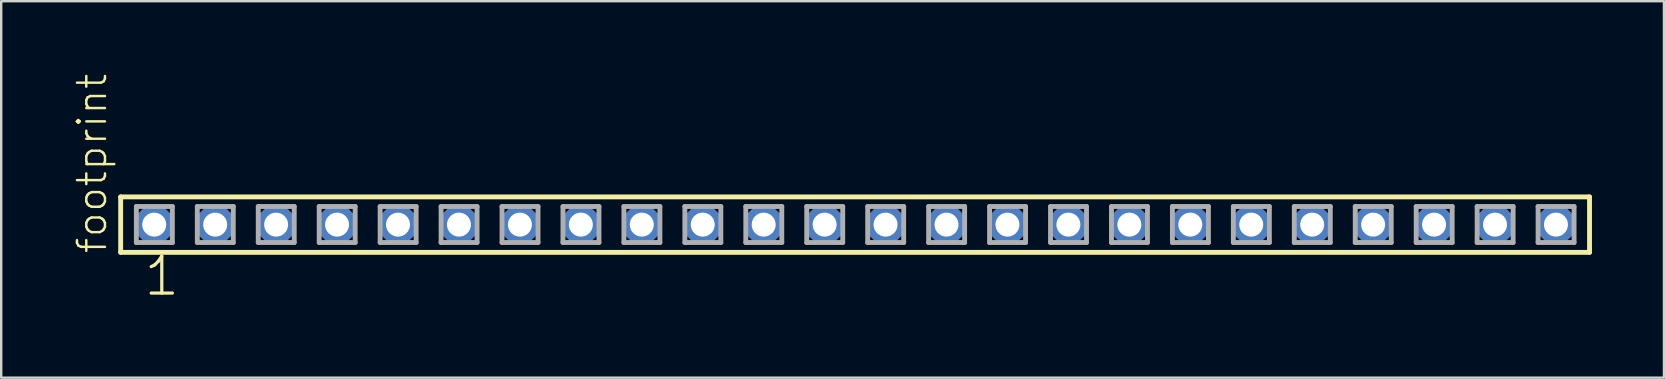
<source format=kicad_pcb>
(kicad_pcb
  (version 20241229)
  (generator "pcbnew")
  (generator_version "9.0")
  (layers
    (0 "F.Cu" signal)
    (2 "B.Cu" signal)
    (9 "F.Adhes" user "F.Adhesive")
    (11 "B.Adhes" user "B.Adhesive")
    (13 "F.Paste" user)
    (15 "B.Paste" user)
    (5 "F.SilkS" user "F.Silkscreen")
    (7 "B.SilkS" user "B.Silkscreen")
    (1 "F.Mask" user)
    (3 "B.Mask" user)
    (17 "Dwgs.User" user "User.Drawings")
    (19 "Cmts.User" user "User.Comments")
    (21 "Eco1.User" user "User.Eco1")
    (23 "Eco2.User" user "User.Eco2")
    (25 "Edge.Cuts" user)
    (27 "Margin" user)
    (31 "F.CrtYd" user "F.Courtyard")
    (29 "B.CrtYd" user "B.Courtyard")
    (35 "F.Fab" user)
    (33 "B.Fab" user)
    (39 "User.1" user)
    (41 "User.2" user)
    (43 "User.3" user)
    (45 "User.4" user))
  (footprint "footprint"
    (layer "F.Cu")
    (at 32.588 6.312)
    (property "Reference" "footprint" (at -31.115 1.27 90) (layer "F.SilkS") (effects (font (size 1.168 1.168) (thickness 0.102)) (justify left bottom)))
    (fp_line (start -30.609 -1.155) (end 30.609 -1.155) (stroke (width 0.203) (type solid)) (layer "F.SilkS"))
    (fp_line (start -30.609 1.155) (end -30.609 -1.155) (stroke (width 0.203) (type solid)) (layer "F.SilkS"))
    (fp_line (start 30.609 -1.155) (end 30.609 1.155) (stroke (width 0.203) (type solid)) (layer "F.SilkS"))
    (fp_line (start 30.609 1.155) (end -30.609 1.155) (stroke (width 0.203) (type solid)) (layer "F.SilkS"))
    (fp_line (start -29.955 -0.755) (end -28.455 -0.755) (stroke (width 0.203) (type solid)) (layer "F.Fab"))
    (fp_line (start -29.955 0.745) (end -29.955 -0.755) (stroke (width 0.203) (type solid)) (layer "F.Fab"))
    (fp_line (start -28.455 -0.755) (end -28.455 0.745) (stroke (width 0.203) (type solid)) (layer "F.Fab"))
    (fp_line (start -28.455 0.745) (end -29.955 0.745) (stroke (width 0.203) (type solid)) (layer "F.Fab"))
    (fp_line (start -27.415 -0.755) (end -25.915 -0.755) (stroke (width 0.203) (type solid)) (layer "F.Fab"))
    (fp_line (start -27.415 0.745) (end -27.415 -0.755) (stroke (width 0.203) (type solid)) (layer "F.Fab"))
    (fp_line (start -25.915 -0.755) (end -25.915 0.745) (stroke (width 0.203) (type solid)) (layer "F.Fab"))
    (fp_line (start -25.915 0.745) (end -27.415 0.745) (stroke (width 0.203) (type solid)) (layer "F.Fab"))
    (fp_line (start -24.875 -0.755) (end -23.375 -0.755) (stroke (width 0.203) (type solid)) (layer "F.Fab"))
    (fp_line (start -24.875 0.745) (end -24.875 -0.755) (stroke (width 0.203) (type solid)) (layer "F.Fab"))
    (fp_line (start -23.375 -0.755) (end -23.375 0.745) (stroke (width 0.203) (type solid)) (layer "F.Fab"))
    (fp_line (start -23.375 0.745) (end -24.875 0.745) (stroke (width 0.203) (type solid)) (layer "F.Fab"))
    (fp_line (start -22.335 -0.755) (end -20.835 -0.755) (stroke (width 0.203) (type solid)) (layer "F.Fab"))
    (fp_line (start -22.335 0.745) (end -22.335 -0.755) (stroke (width 0.203) (type solid)) (layer "F.Fab"))
    (fp_line (start -20.835 -0.755) (end -20.835 0.745) (stroke (width 0.203) (type solid)) (layer "F.Fab"))
    (fp_line (start -20.835 0.745) (end -22.335 0.745) (stroke (width 0.203) (type solid)) (layer "F.Fab"))
    (fp_line (start -19.795 -0.755) (end -18.295 -0.755) (stroke (width 0.203) (type solid)) (layer "F.Fab"))
    (fp_line (start -19.795 0.745) (end -19.795 -0.755) (stroke (width 0.203) (type solid)) (layer "F.Fab"))
    (fp_line (start -18.295 -0.755) (end -18.295 0.745) (stroke (width 0.203) (type solid)) (layer "F.Fab"))
    (fp_line (start -18.295 0.745) (end -19.795 0.745) (stroke (width 0.203) (type solid)) (layer "F.Fab"))
    (fp_line (start -17.255 -0.755) (end -15.755 -0.755) (stroke (width 0.203) (type solid)) (layer "F.Fab"))
    (fp_line (start -17.255 0.745) (end -17.255 -0.755) (stroke (width 0.203) (type solid)) (layer "F.Fab"))
    (fp_line (start -15.755 -0.755) (end -15.755 0.745) (stroke (width 0.203) (type solid)) (layer "F.Fab"))
    (fp_line (start -15.755 0.745) (end -17.255 0.745) (stroke (width 0.203) (type solid)) (layer "F.Fab"))
    (fp_line (start -14.715 -0.755) (end -13.215 -0.755) (stroke (width 0.203) (type solid)) (layer "F.Fab"))
    (fp_line (start -14.715 0.745) (end -14.715 -0.755) (stroke (width 0.203) (type solid)) (layer "F.Fab"))
    (fp_line (start -13.215 -0.755) (end -13.215 0.745) (stroke (width 0.203) (type solid)) (layer "F.Fab"))
    (fp_line (start -13.215 0.745) (end -14.715 0.745) (stroke (width 0.203) (type solid)) (layer "F.Fab"))
    (fp_line (start -12.175 -0.755) (end -10.675 -0.755) (stroke (width 0.203) (type solid)) (layer "F.Fab"))
    (fp_line (start -12.175 0.745) (end -12.175 -0.755) (stroke (width 0.203) (type solid)) (layer "F.Fab"))
    (fp_line (start -10.675 -0.755) (end -10.675 0.745) (stroke (width 0.203) (type solid)) (layer "F.Fab"))
    (fp_line (start -10.675 0.745) (end -12.175 0.745) (stroke (width 0.203) (type solid)) (layer "F.Fab"))
    (fp_line (start -9.635 -0.755) (end -8.135 -0.755) (stroke (width 0.203) (type solid)) (layer "F.Fab"))
    (fp_line (start -9.635 0.745) (end -9.635 -0.755) (stroke (width 0.203) (type solid)) (layer "F.Fab"))
    (fp_line (start -8.135 -0.755) (end -8.135 0.745) (stroke (width 0.203) (type solid)) (layer "F.Fab"))
    (fp_line (start -8.135 0.745) (end -9.635 0.745) (stroke (width 0.203) (type solid)) (layer "F.Fab"))
    (fp_line (start -7.095 -0.755) (end -5.595 -0.755) (stroke (width 0.203) (type solid)) (layer "F.Fab"))
    (fp_line (start -7.095 0.745) (end -7.095 -0.755) (stroke (width 0.203) (type solid)) (layer "F.Fab"))
    (fp_line (start -5.595 -0.755) (end -5.595 0.745) (stroke (width 0.203) (type solid)) (layer "F.Fab"))
    (fp_line (start -5.595 0.745) (end -7.095 0.745) (stroke (width 0.203) (type solid)) (layer "F.Fab"))
    (fp_line (start -4.555 -0.755) (end -3.055 -0.755) (stroke (width 0.203) (type solid)) (layer "F.Fab"))
    (fp_line (start -4.555 0.745) (end -4.555 -0.755) (stroke (width 0.203) (type solid)) (layer "F.Fab"))
    (fp_line (start -3.055 -0.755) (end -3.055 0.745) (stroke (width 0.203) (type solid)) (layer "F.Fab"))
    (fp_line (start -3.055 0.745) (end -4.555 0.745) (stroke (width 0.203) (type solid)) (layer "F.Fab"))
    (fp_line (start -2.015 -0.755) (end -0.515 -0.755) (stroke (width 0.203) (type solid)) (layer "F.Fab"))
    (fp_line (start -2.015 0.745) (end -2.015 -0.755) (stroke (width 0.203) (type solid)) (layer "F.Fab"))
    (fp_line (start -0.515 -0.755) (end -0.515 0.745) (stroke (width 0.203) (type solid)) (layer "F.Fab"))
    (fp_line (start -0.515 0.745) (end -2.015 0.745) (stroke (width 0.203) (type solid)) (layer "F.Fab"))
    (fp_line (start 0.525 -0.755) (end 2.025 -0.755) (stroke (width 0.203) (type solid)) (layer "F.Fab"))
    (fp_line (start 0.525 0.745) (end 0.525 -0.755) (stroke (width 0.203) (type solid)) (layer "F.Fab"))
    (fp_line (start 2.025 -0.755) (end 2.025 0.745) (stroke (width 0.203) (type solid)) (layer "F.Fab"))
    (fp_line (start 2.025 0.745) (end 0.525 0.745) (stroke (width 0.203) (type solid)) (layer "F.Fab"))
    (fp_line (start 3.065 -0.755) (end 4.565 -0.755) (stroke (width 0.203) (type solid)) (layer "F.Fab"))
    (fp_line (start 3.065 0.745) (end 3.065 -0.755) (stroke (width 0.203) (type solid)) (layer "F.Fab"))
    (fp_line (start 4.565 -0.755) (end 4.565 0.745) (stroke (width 0.203) (type solid)) (layer "F.Fab"))
    (fp_line (start 4.565 0.745) (end 3.065 0.745) (stroke (width 0.203) (type solid)) (layer "F.Fab"))
    (fp_line (start 5.605 -0.755) (end 7.105 -0.755) (stroke (width 0.203) (type solid)) (layer "F.Fab"))
    (fp_line (start 5.605 0.745) (end 5.605 -0.755) (stroke (width 0.203) (type solid)) (layer "F.Fab"))
    (fp_line (start 7.105 -0.755) (end 7.105 0.745) (stroke (width 0.203) (type solid)) (layer "F.Fab"))
    (fp_line (start 7.105 0.745) (end 5.605 0.745) (stroke (width 0.203) (type solid)) (layer "F.Fab"))
    (fp_line (start 8.145 -0.755) (end 9.645 -0.755) (stroke (width 0.203) (type solid)) (layer "F.Fab"))
    (fp_line (start 8.145 0.745) (end 8.145 -0.755) (stroke (width 0.203) (type solid)) (layer "F.Fab"))
    (fp_line (start 9.645 -0.755) (end 9.645 0.745) (stroke (width 0.203) (type solid)) (layer "F.Fab"))
    (fp_line (start 9.645 0.745) (end 8.145 0.745) (stroke (width 0.203) (type solid)) (layer "F.Fab"))
    (fp_line (start 10.685 -0.755) (end 12.185 -0.755) (stroke (width 0.203) (type solid)) (layer "F.Fab"))
    (fp_line (start 10.685 0.745) (end 10.685 -0.755) (stroke (width 0.203) (type solid)) (layer "F.Fab"))
    (fp_line (start 12.185 -0.755) (end 12.185 0.745) (stroke (width 0.203) (type solid)) (layer "F.Fab"))
    (fp_line (start 12.185 0.745) (end 10.685 0.745) (stroke (width 0.203) (type solid)) (layer "F.Fab"))
    (fp_line (start 13.225 -0.755) (end 14.725 -0.755) (stroke (width 0.203) (type solid)) (layer "F.Fab"))
    (fp_line (start 13.225 0.745) (end 13.225 -0.755) (stroke (width 0.203) (type solid)) (layer "F.Fab"))
    (fp_line (start 14.725 -0.755) (end 14.725 0.745) (stroke (width 0.203) (type solid)) (layer "F.Fab"))
    (fp_line (start 14.725 0.745) (end 13.225 0.745) (stroke (width 0.203) (type solid)) (layer "F.Fab"))
    (fp_line (start 15.765 -0.755) (end 17.265 -0.755) (stroke (width 0.203) (type solid)) (layer "F.Fab"))
    (fp_line (start 15.765 0.745) (end 15.765 -0.755) (stroke (width 0.203) (type solid)) (layer "F.Fab"))
    (fp_line (start 17.265 -0.755) (end 17.265 0.745) (stroke (width 0.203) (type solid)) (layer "F.Fab"))
    (fp_line (start 17.265 0.745) (end 15.765 0.745) (stroke (width 0.203) (type solid)) (layer "F.Fab"))
    (fp_line (start 18.305 -0.755) (end 19.805 -0.755) (stroke (width 0.203) (type solid)) (layer "F.Fab"))
    (fp_line (start 18.305 0.745) (end 18.305 -0.755) (stroke (width 0.203) (type solid)) (layer "F.Fab"))
    (fp_line (start 19.805 -0.755) (end 19.805 0.745) (stroke (width 0.203) (type solid)) (layer "F.Fab"))
    (fp_line (start 19.805 0.745) (end 18.305 0.745) (stroke (width 0.203) (type solid)) (layer "F.Fab"))
    (fp_line (start 20.845 -0.755) (end 22.345 -0.755) (stroke (width 0.203) (type solid)) (layer "F.Fab"))
    (fp_line (start 20.845 0.745) (end 20.845 -0.755) (stroke (width 0.203) (type solid)) (layer "F.Fab"))
    (fp_line (start 22.345 -0.755) (end 22.345 0.745) (stroke (width 0.203) (type solid)) (layer "F.Fab"))
    (fp_line (start 22.345 0.745) (end 20.845 0.745) (stroke (width 0.203) (type solid)) (layer "F.Fab"))
    (fp_line (start 23.385 -0.755) (end 24.885 -0.755) (stroke (width 0.203) (type solid)) (layer "F.Fab"))
    (fp_line (start 23.385 0.745) (end 23.385 -0.755) (stroke (width 0.203) (type solid)) (layer "F.Fab"))
    (fp_line (start 24.885 -0.755) (end 24.885 0.745) (stroke (width 0.203) (type solid)) (layer "F.Fab"))
    (fp_line (start 24.885 0.745) (end 23.385 0.745) (stroke (width 0.203) (type solid)) (layer "F.Fab"))
    (fp_line (start 25.925 -0.755) (end 27.425 -0.755) (stroke (width 0.203) (type solid)) (layer "F.Fab"))
    (fp_line (start 25.925 0.745) (end 25.925 -0.755) (stroke (width 0.203) (type solid)) (layer "F.Fab"))
    (fp_line (start 27.425 -0.755) (end 27.425 0.745) (stroke (width 0.203) (type solid)) (layer "F.Fab"))
    (fp_line (start 27.425 0.745) (end 25.925 0.745) (stroke (width 0.203) (type solid)) (layer "F.Fab"))
    (fp_line (start 28.465 -0.755) (end 29.965 -0.755) (stroke (width 0.203) (type solid)) (layer "F.Fab"))
    (fp_line (start 28.465 0.745) (end 28.465 -0.755) (stroke (width 0.203) (type solid)) (layer "F.Fab"))
    (fp_line (start 29.965 -0.755) (end 29.965 0.745) (stroke (width 0.203) (type solid)) (layer "F.Fab"))
    (fp_line (start 29.965 0.745) (end 28.465 0.745) (stroke (width 0.203) (type solid)) (layer "F.Fab"))
    (fp_text user "1" (at -29.718 3.048 0) (layer "F.SilkS") (effects (font (size 1.542 1.542) (thickness 0.134)) (justify left bottom)))
    (pad "1" thru_hole roundrect (at -29.21 0) (size 1.5 1.5) (drill 1) (layers "*.Cu" "*.Mask") (roundrect_rratio 0.25) (chamfer_ratio 0.25) (chamfer top_left top_right bottom_left bottom_right))
    (pad "2" thru_hole roundrect (at -26.67 0) (size 1.5 1.5) (drill 1) (layers "*.Cu" "*.Mask") (roundrect_rratio 0.25) (chamfer_ratio 0.25) (chamfer top_left top_right bottom_left bottom_right))
    (pad "3" thru_hole roundrect (at -24.13 0) (size 1.5 1.5) (drill 1) (layers "*.Cu" "*.Mask") (roundrect_rratio 0.25) (chamfer_ratio 0.25) (chamfer top_left top_right bottom_left bottom_right))
    (pad "4" thru_hole roundrect (at -21.59 0) (size 1.5 1.5) (drill 1) (layers "*.Cu" "*.Mask") (roundrect_rratio 0.25) (chamfer_ratio 0.25) (chamfer top_left top_right bottom_left bottom_right))
    (pad "5" thru_hole roundrect (at -19.05 0) (size 1.5 1.5) (drill 1) (layers "*.Cu" "*.Mask") (roundrect_rratio 0.25) (chamfer_ratio 0.25) (chamfer top_left top_right bottom_left bottom_right))
    (pad "6" thru_hole roundrect (at -16.51 0) (size 1.5 1.5) (drill 1) (layers "*.Cu" "*.Mask") (roundrect_rratio 0.25) (chamfer_ratio 0.25) (chamfer top_left top_right bottom_left bottom_right))
    (pad "7" thru_hole roundrect (at -13.97 0) (size 1.5 1.5) (drill 1) (layers "*.Cu" "*.Mask") (roundrect_rratio 0.25) (chamfer_ratio 0.25) (chamfer top_left top_right bottom_left bottom_right))
    (pad "8" thru_hole roundrect (at -11.43 0) (size 1.5 1.5) (drill 1) (layers "*.Cu" "*.Mask") (roundrect_rratio 0.25) (chamfer_ratio 0.25) (chamfer top_left top_right bottom_left bottom_right))
    (pad "9" thru_hole roundrect (at -8.89 0) (size 1.5 1.5) (drill 1) (layers "*.Cu" "*.Mask") (roundrect_rratio 0.25) (chamfer_ratio 0.25) (chamfer top_left top_right bottom_left bottom_right))
    (pad "10" thru_hole roundrect (at -6.35 0) (size 1.5 1.5) (drill 1) (layers "*.Cu" "*.Mask") (roundrect_rratio 0.25) (chamfer_ratio 0.25) (chamfer top_left top_right bottom_left bottom_right))
    (pad "11" thru_hole roundrect (at -3.81 0) (size 1.5 1.5) (drill 1) (layers "*.Cu" "*.Mask") (roundrect_rratio 0.25) (chamfer_ratio 0.25) (chamfer top_left top_right bottom_left bottom_right))
    (pad "12" thru_hole roundrect (at -1.27 0) (size 1.5 1.5) (drill 1) (layers "*.Cu" "*.Mask") (roundrect_rratio 0.25) (chamfer_ratio 0.25) (chamfer top_left top_right bottom_left bottom_right))
    (pad "13" thru_hole roundrect (at 1.27 0) (size 1.5 1.5) (drill 1) (layers "*.Cu" "*.Mask") (roundrect_rratio 0.25) (chamfer_ratio 0.25) (chamfer top_left top_right bottom_left bottom_right))
    (pad "14" thru_hole roundrect (at 3.81 0) (size 1.5 1.5) (drill 1) (layers "*.Cu" "*.Mask") (roundrect_rratio 0.25) (chamfer_ratio 0.25) (chamfer top_left top_right bottom_left bottom_right))
    (pad "15" thru_hole roundrect (at 6.35 0) (size 1.5 1.5) (drill 1) (layers "*.Cu" "*.Mask") (roundrect_rratio 0.25) (chamfer_ratio 0.25) (chamfer top_left top_right bottom_left bottom_right))
    (pad "16" thru_hole roundrect (at 8.89 0) (size 1.5 1.5) (drill 1) (layers "*.Cu" "*.Mask") (roundrect_rratio 0.25) (chamfer_ratio 0.25) (chamfer top_left top_right bottom_left bottom_right))
    (pad "17" thru_hole roundrect (at 11.43 0) (size 1.5 1.5) (drill 1) (layers "*.Cu" "*.Mask") (roundrect_rratio 0.25) (chamfer_ratio 0.25) (chamfer top_left top_right bottom_left bottom_right))
    (pad "18" thru_hole roundrect (at 13.97 0) (size 1.5 1.5) (drill 1) (layers "*.Cu" "*.Mask") (roundrect_rratio 0.25) (chamfer_ratio 0.25) (chamfer top_left top_right bottom_left bottom_right))
    (pad "19" thru_hole roundrect (at 16.51 0) (size 1.5 1.5) (drill 1) (layers "*.Cu" "*.Mask") (roundrect_rratio 0.25) (chamfer_ratio 0.25) (chamfer top_left top_right bottom_left bottom_right))
    (pad "20" thru_hole roundrect (at 19.05 0) (size 1.5 1.5) (drill 1) (layers "*.Cu" "*.Mask") (roundrect_rratio 0.25) (chamfer_ratio 0.25) (chamfer top_left top_right bottom_left bottom_right))
    (pad "21" thru_hole roundrect (at 21.59 0) (size 1.5 1.5) (drill 1) (layers "*.Cu" "*.Mask") (roundrect_rratio 0.25) (chamfer_ratio 0.25) (chamfer top_left top_right bottom_left bottom_right))
    (pad "22" thru_hole roundrect (at 24.13 0) (size 1.5 1.5) (drill 1) (layers "*.Cu" "*.Mask") (roundrect_rratio 0.25) (chamfer_ratio 0.25) (chamfer top_left top_right bottom_left bottom_right))
    (pad "23" thru_hole roundrect (at 26.67 0) (size 1.5 1.5) (drill 1) (layers "*.Cu" "*.Mask") (roundrect_rratio 0.25) (chamfer_ratio 0.25) (chamfer top_left top_right bottom_left bottom_right))
    (pad "24" thru_hole roundrect (at 29.21 0) (size 1.5 1.5) (drill 1) (layers "*.Cu" "*.Mask") (roundrect_rratio 0.25) (chamfer_ratio 0.25) (chamfer top_left top_right bottom_left bottom_right)))
  (gr_rect
    (start -3 -3)
    (end 66.299 12.691)
    (stroke (width 0.1) (type default))
    (fill no)
    (layer "Edge.Cuts")))
</source>
